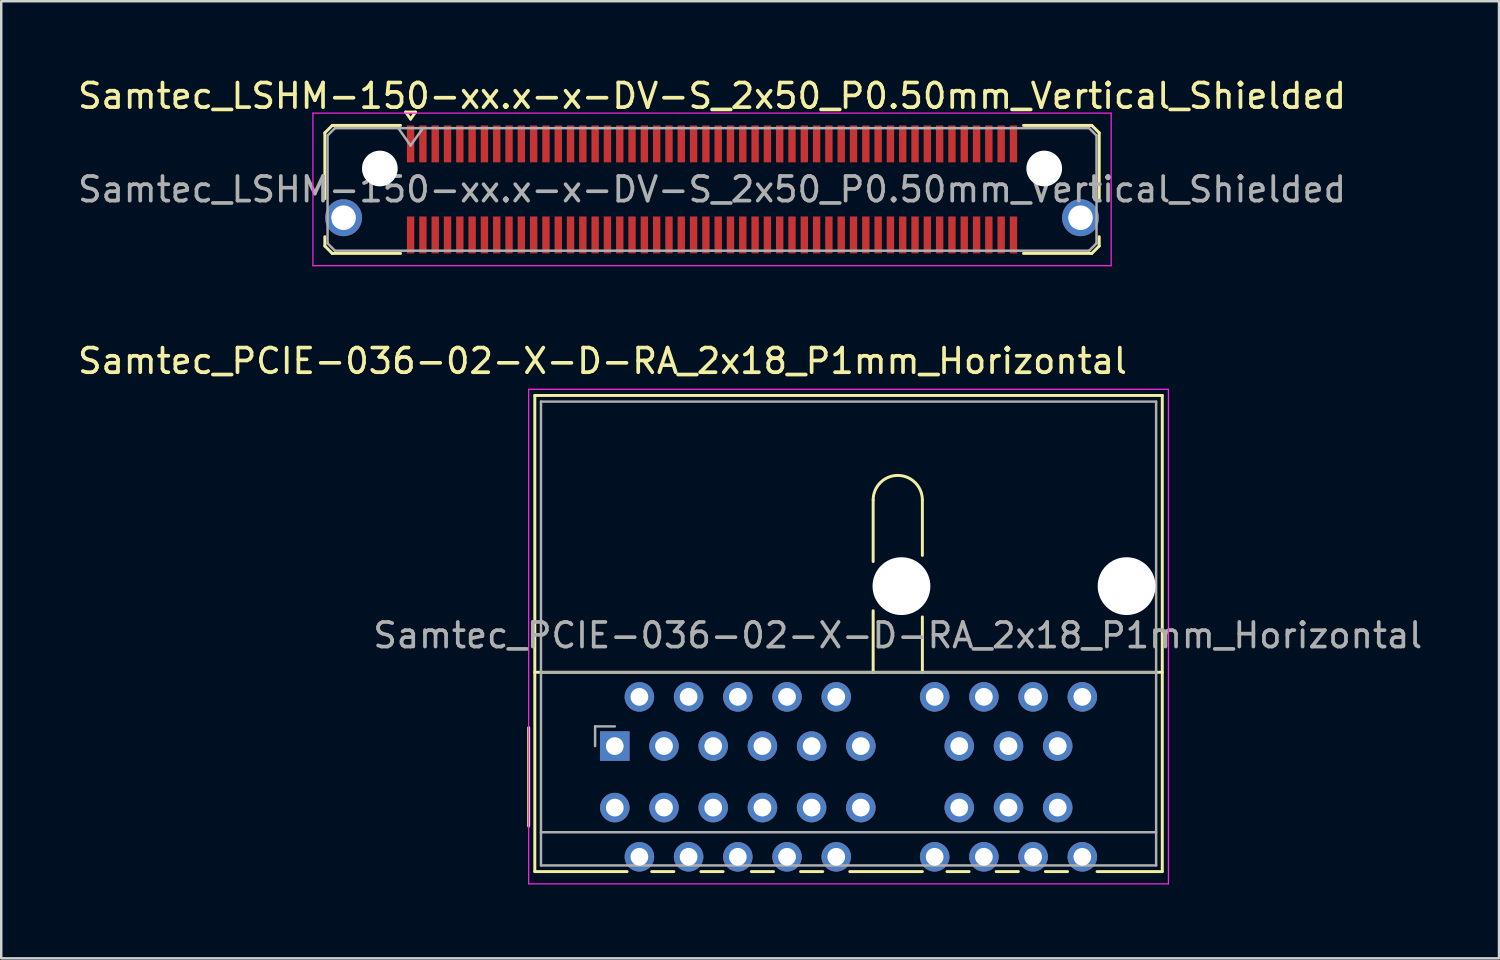
<source format=kicad_pcb>
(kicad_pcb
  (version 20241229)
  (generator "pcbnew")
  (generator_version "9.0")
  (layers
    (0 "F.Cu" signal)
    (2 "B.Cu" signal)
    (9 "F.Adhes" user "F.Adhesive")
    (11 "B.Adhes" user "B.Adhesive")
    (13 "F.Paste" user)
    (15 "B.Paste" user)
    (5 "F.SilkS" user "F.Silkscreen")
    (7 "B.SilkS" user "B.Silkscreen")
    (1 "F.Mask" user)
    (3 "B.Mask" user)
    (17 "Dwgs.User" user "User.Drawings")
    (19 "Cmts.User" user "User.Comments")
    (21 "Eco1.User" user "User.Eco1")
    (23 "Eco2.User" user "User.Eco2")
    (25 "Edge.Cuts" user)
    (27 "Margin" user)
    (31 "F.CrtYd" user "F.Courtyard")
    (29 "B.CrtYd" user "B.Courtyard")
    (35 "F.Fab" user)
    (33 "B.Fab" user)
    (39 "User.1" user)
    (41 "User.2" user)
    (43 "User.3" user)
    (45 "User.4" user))
  (footprint "Samtec_LSHM-150-xx.x-x-DV-S_2x50_P0.50mm_Vertical_Shielded"
    (layer "F.Cu")
    (at 25.887 4.648)
    (property "Reference" "Samtec_LSHM-150-xx.x-x-DV-S_2x50_P0.50mm_Vertical_Shielded" (at 0 -3.8 0) (layer "F.SilkS") (effects (font (size 1 1) (thickness 0.15))))
    (attr smd)
    (fp_line (start -15.735 -2.3) (end -15.735 0.377) (stroke (width 0.12) (type solid)) (layer "F.SilkS"))
    (fp_line (start -15.735 1.923) (end -15.735 2.3) (stroke (width 0.12) (type solid)) (layer "F.SilkS"))
    (fp_line (start -15.735 2.3) (end -15.435 2.6) (stroke (width 0.12) (type solid)) (layer "F.SilkS"))
    (fp_line (start -15.435 -2.6) (end -15.735 -2.3) (stroke (width 0.12) (type solid)) (layer "F.SilkS"))
    (fp_line (start -15.435 2.6) (end -12.66 2.6) (stroke (width 0.12) (type solid)) (layer "F.SilkS"))
    (fp_line (start -12.66 -2.6) (end -15.435 -2.6) (stroke (width 0.12) (type solid)) (layer "F.SilkS"))
    (fp_line (start -12.45 -3.143) (end -12.05 -3.143) (stroke (width 0.12) (type solid)) (layer "F.SilkS"))
    (fp_line (start -12.25 -2.86) (end -12.45 -3.143) (stroke (width 0.12) (type solid)) (layer "F.SilkS"))
    (fp_line (start -12.05 -3.143) (end -12.25 -2.86) (stroke (width 0.12) (type solid)) (layer "F.SilkS"))
    (fp_line (start 12.66 -2.6) (end 15.435 -2.6) (stroke (width 0.12) (type solid)) (layer "F.SilkS"))
    (fp_line (start 15.435 -2.6) (end 15.735 -2.3) (stroke (width 0.12) (type solid)) (layer "F.SilkS"))
    (fp_line (start 15.435 2.6) (end 12.66 2.6) (stroke (width 0.12) (type solid)) (layer "F.SilkS"))
    (fp_line (start 15.735 -2.3) (end 15.735 0.377) (stroke (width 0.12) (type solid)) (layer "F.SilkS"))
    (fp_line (start 15.735 1.923) (end 15.735 2.3) (stroke (width 0.12) (type solid)) (layer "F.SilkS"))
    (fp_line (start 15.735 2.3) (end 15.435 2.6) (stroke (width 0.12) (type solid)) (layer "F.SilkS"))
    (fp_line (start -16.22 -3.1) (end -16.22 3.1) (stroke (width 0.05) (type solid)) (layer "F.CrtYd"))
    (fp_line (start -16.22 3.1) (end 16.22 3.1) (stroke (width 0.05) (type solid)) (layer "F.CrtYd"))
    (fp_line (start 16.22 -3.1) (end -16.22 -3.1) (stroke (width 0.05) (type solid)) (layer "F.CrtYd"))
    (fp_line (start 16.22 3.1) (end 16.22 -3.1) (stroke (width 0.05) (type solid)) (layer "F.CrtYd"))
    (fp_line (start -15.625 -2.19) (end -15.625 2.19) (stroke (width 0.1) (type solid)) (layer "F.Fab"))
    (fp_line (start -15.625 2.19) (end -15.325 2.49) (stroke (width 0.1) (type solid)) (layer "F.Fab"))
    (fp_line (start -15.325 -2.49) (end -15.625 -2.19) (stroke (width 0.1) (type solid)) (layer "F.Fab"))
    (fp_line (start -15.325 2.49) (end 0 2.49) (stroke (width 0.1) (type solid)) (layer "F.Fab"))
    (fp_line (start -12.75 -2.49) (end -12.25 -1.783) (stroke (width 0.1) (type solid)) (layer "F.Fab"))
    (fp_line (start -12.25 -1.783) (end -11.75 -2.49) (stroke (width 0.1) (type solid)) (layer "F.Fab"))
    (fp_line (start 0 -2.49) (end -15.325 -2.49) (stroke (width 0.1) (type solid)) (layer "F.Fab"))
    (fp_line (start 0 -2.49) (end 15.325 -2.49) (stroke (width 0.1) (type solid)) (layer "F.Fab"))
    (fp_line (start 15.325 -2.49) (end 15.625 -2.19) (stroke (width 0.1) (type solid)) (layer "F.Fab"))
    (fp_line (start 15.325 2.49) (end 0 2.49) (stroke (width 0.1) (type solid)) (layer "F.Fab"))
    (fp_line (start 15.625 -2.19) (end 15.625 2.19) (stroke (width 0.1) (type solid)) (layer "F.Fab"))
    (fp_line (start 15.625 2.19) (end 15.325 2.49) (stroke (width 0.1) (type solid)) (layer "F.Fab"))
    (fp_text user "${REFERENCE}" (at 0 0 0) (layer "F.Fab") (effects (font (size 1 1) (thickness 0.15))))
    (pad "" np_thru_hole circle (at -13.5 -0.85) (size 1.45 1.45) (drill 1.45) (layers "*.Cu" "*.Mask"))
    (pad "" np_thru_hole circle (at 13.5 -0.85) (size 1.45 1.45) (drill 1.45) (layers "*.Cu" "*.Mask"))
    (pad "0" thru_hole circle (at -14.975 1.15) (size 1.5 1.5) (drill 1) (layers "*.Cu" "*.Mask"))
    (pad "0" thru_hole circle (at 14.975 1.15) (size 1.5 1.5) (drill 1) (layers "*.Cu" "*.Mask"))
    (pad "1" smd rect (at -12.25 -1.85) (size 0.3 1.5) (layers "F.Cu" "F.Mask" "F.Paste"))
    (pad "2" smd rect (at -12.25 1.85) (size 0.3 1.5) (layers "F.Cu" "F.Mask" "F.Paste"))
    (pad "3" smd rect (at -11.75 -1.85) (size 0.3 1.5) (layers "F.Cu" "F.Mask" "F.Paste"))
    (pad "4" smd rect (at -11.75 1.85) (size 0.3 1.5) (layers "F.Cu" "F.Mask" "F.Paste"))
    (pad "5" smd rect (at -11.25 -1.85) (size 0.3 1.5) (layers "F.Cu" "F.Mask" "F.Paste"))
    (pad "6" smd rect (at -11.25 1.85) (size 0.3 1.5) (layers "F.Cu" "F.Mask" "F.Paste"))
    (pad "7" smd rect (at -10.75 -1.85) (size 0.3 1.5) (layers "F.Cu" "F.Mask" "F.Paste"))
    (pad "8" smd rect (at -10.75 1.85) (size 0.3 1.5) (layers "F.Cu" "F.Mask" "F.Paste"))
    (pad "9" smd rect (at -10.25 -1.85) (size 0.3 1.5) (layers "F.Cu" "F.Mask" "F.Paste"))
    (pad "10" smd rect (at -10.25 1.85) (size 0.3 1.5) (layers "F.Cu" "F.Mask" "F.Paste"))
    (pad "11" smd rect (at -9.75 -1.85) (size 0.3 1.5) (layers "F.Cu" "F.Mask" "F.Paste"))
    (pad "12" smd rect (at -9.75 1.85) (size 0.3 1.5) (layers "F.Cu" "F.Mask" "F.Paste"))
    (pad "13" smd rect (at -9.25 -1.85) (size 0.3 1.5) (layers "F.Cu" "F.Mask" "F.Paste"))
    (pad "14" smd rect (at -9.25 1.85) (size 0.3 1.5) (layers "F.Cu" "F.Mask" "F.Paste"))
    (pad "15" smd rect (at -8.75 -1.85) (size 0.3 1.5) (layers "F.Cu" "F.Mask" "F.Paste"))
    (pad "16" smd rect (at -8.75 1.85) (size 0.3 1.5) (layers "F.Cu" "F.Mask" "F.Paste"))
    (pad "17" smd rect (at -8.25 -1.85) (size 0.3 1.5) (layers "F.Cu" "F.Mask" "F.Paste"))
    (pad "18" smd rect (at -8.25 1.85) (size 0.3 1.5) (layers "F.Cu" "F.Mask" "F.Paste"))
    (pad "19" smd rect (at -7.75 -1.85) (size 0.3 1.5) (layers "F.Cu" "F.Mask" "F.Paste"))
    (pad "20" smd rect (at -7.75 1.85) (size 0.3 1.5) (layers "F.Cu" "F.Mask" "F.Paste"))
    (pad "21" smd rect (at -7.25 -1.85) (size 0.3 1.5) (layers "F.Cu" "F.Mask" "F.Paste"))
    (pad "22" smd rect (at -7.25 1.85) (size 0.3 1.5) (layers "F.Cu" "F.Mask" "F.Paste"))
    (pad "23" smd rect (at -6.75 -1.85) (size 0.3 1.5) (layers "F.Cu" "F.Mask" "F.Paste"))
    (pad "24" smd rect (at -6.75 1.85) (size 0.3 1.5) (layers "F.Cu" "F.Mask" "F.Paste"))
    (pad "25" smd rect (at -6.25 -1.85) (size 0.3 1.5) (layers "F.Cu" "F.Mask" "F.Paste"))
    (pad "26" smd rect (at -6.25 1.85) (size 0.3 1.5) (layers "F.Cu" "F.Mask" "F.Paste"))
    (pad "27" smd rect (at -5.75 -1.85) (size 0.3 1.5) (layers "F.Cu" "F.Mask" "F.Paste"))
    (pad "28" smd rect (at -5.75 1.85) (size 0.3 1.5) (layers "F.Cu" "F.Mask" "F.Paste"))
    (pad "29" smd rect (at -5.25 -1.85) (size 0.3 1.5) (layers "F.Cu" "F.Mask" "F.Paste"))
    (pad "30" smd rect (at -5.25 1.85) (size 0.3 1.5) (layers "F.Cu" "F.Mask" "F.Paste"))
    (pad "31" smd rect (at -4.75 -1.85) (size 0.3 1.5) (layers "F.Cu" "F.Mask" "F.Paste"))
    (pad "32" smd rect (at -4.75 1.85) (size 0.3 1.5) (layers "F.Cu" "F.Mask" "F.Paste"))
    (pad "33" smd rect (at -4.25 -1.85) (size 0.3 1.5) (layers "F.Cu" "F.Mask" "F.Paste"))
    (pad "34" smd rect (at -4.25 1.85) (size 0.3 1.5) (layers "F.Cu" "F.Mask" "F.Paste"))
    (pad "35" smd rect (at -3.75 -1.85) (size 0.3 1.5) (layers "F.Cu" "F.Mask" "F.Paste"))
    (pad "36" smd rect (at -3.75 1.85) (size 0.3 1.5) (layers "F.Cu" "F.Mask" "F.Paste"))
    (pad "37" smd rect (at -3.25 -1.85) (size 0.3 1.5) (layers "F.Cu" "F.Mask" "F.Paste"))
    (pad "38" smd rect (at -3.25 1.85) (size 0.3 1.5) (layers "F.Cu" "F.Mask" "F.Paste"))
    (pad "39" smd rect (at -2.75 -1.85) (size 0.3 1.5) (layers "F.Cu" "F.Mask" "F.Paste"))
    (pad "40" smd rect (at -2.75 1.85) (size 0.3 1.5) (layers "F.Cu" "F.Mask" "F.Paste"))
    (pad "41" smd rect (at -2.25 -1.85) (size 0.3 1.5) (layers "F.Cu" "F.Mask" "F.Paste"))
    (pad "42" smd rect (at -2.25 1.85) (size 0.3 1.5) (layers "F.Cu" "F.Mask" "F.Paste"))
    (pad "43" smd rect (at -1.75 -1.85) (size 0.3 1.5) (layers "F.Cu" "F.Mask" "F.Paste"))
    (pad "44" smd rect (at -1.75 1.85) (size 0.3 1.5) (layers "F.Cu" "F.Mask" "F.Paste"))
    (pad "45" smd rect (at -1.25 -1.85) (size 0.3 1.5) (layers "F.Cu" "F.Mask" "F.Paste"))
    (pad "46" smd rect (at -1.25 1.85) (size 0.3 1.5) (layers "F.Cu" "F.Mask" "F.Paste"))
    (pad "47" smd rect (at -0.75 -1.85) (size 0.3 1.5) (layers "F.Cu" "F.Mask" "F.Paste"))
    (pad "48" smd rect (at -0.75 1.85) (size 0.3 1.5) (layers "F.Cu" "F.Mask" "F.Paste"))
    (pad "49" smd rect (at -0.25 -1.85) (size 0.3 1.5) (layers "F.Cu" "F.Mask" "F.Paste"))
    (pad "50" smd rect (at -0.25 1.85) (size 0.3 1.5) (layers "F.Cu" "F.Mask" "F.Paste"))
    (pad "51" smd rect (at 0.25 -1.85) (size 0.3 1.5) (layers "F.Cu" "F.Mask" "F.Paste"))
    (pad "52" smd rect (at 0.25 1.85) (size 0.3 1.5) (layers "F.Cu" "F.Mask" "F.Paste"))
    (pad "53" smd rect (at 0.75 -1.85) (size 0.3 1.5) (layers "F.Cu" "F.Mask" "F.Paste"))
    (pad "54" smd rect (at 0.75 1.85) (size 0.3 1.5) (layers "F.Cu" "F.Mask" "F.Paste"))
    (pad "55" smd rect (at 1.25 -1.85) (size 0.3 1.5) (layers "F.Cu" "F.Mask" "F.Paste"))
    (pad "56" smd rect (at 1.25 1.85) (size 0.3 1.5) (layers "F.Cu" "F.Mask" "F.Paste"))
    (pad "57" smd rect (at 1.75 -1.85) (size 0.3 1.5) (layers "F.Cu" "F.Mask" "F.Paste"))
    (pad "58" smd rect (at 1.75 1.85) (size 0.3 1.5) (layers "F.Cu" "F.Mask" "F.Paste"))
    (pad "59" smd rect (at 2.25 -1.85) (size 0.3 1.5) (layers "F.Cu" "F.Mask" "F.Paste"))
    (pad "60" smd rect (at 2.25 1.85) (size 0.3 1.5) (layers "F.Cu" "F.Mask" "F.Paste"))
    (pad "61" smd rect (at 2.75 -1.85) (size 0.3 1.5) (layers "F.Cu" "F.Mask" "F.Paste"))
    (pad "62" smd rect (at 2.75 1.85) (size 0.3 1.5) (layers "F.Cu" "F.Mask" "F.Paste"))
    (pad "63" smd rect (at 3.25 -1.85) (size 0.3 1.5) (layers "F.Cu" "F.Mask" "F.Paste"))
    (pad "64" smd rect (at 3.25 1.85) (size 0.3 1.5) (layers "F.Cu" "F.Mask" "F.Paste"))
    (pad "65" smd rect (at 3.75 -1.85) (size 0.3 1.5) (layers "F.Cu" "F.Mask" "F.Paste"))
    (pad "66" smd rect (at 3.75 1.85) (size 0.3 1.5) (layers "F.Cu" "F.Mask" "F.Paste"))
    (pad "67" smd rect (at 4.25 -1.85) (size 0.3 1.5) (layers "F.Cu" "F.Mask" "F.Paste"))
    (pad "68" smd rect (at 4.25 1.85) (size 0.3 1.5) (layers "F.Cu" "F.Mask" "F.Paste"))
    (pad "69" smd rect (at 4.75 -1.85) (size 0.3 1.5) (layers "F.Cu" "F.Mask" "F.Paste"))
    (pad "70" smd rect (at 4.75 1.85) (size 0.3 1.5) (layers "F.Cu" "F.Mask" "F.Paste"))
    (pad "71" smd rect (at 5.25 -1.85) (size 0.3 1.5) (layers "F.Cu" "F.Mask" "F.Paste"))
    (pad "72" smd rect (at 5.25 1.85) (size 0.3 1.5) (layers "F.Cu" "F.Mask" "F.Paste"))
    (pad "73" smd rect (at 5.75 -1.85) (size 0.3 1.5) (layers "F.Cu" "F.Mask" "F.Paste"))
    (pad "74" smd rect (at 5.75 1.85) (size 0.3 1.5) (layers "F.Cu" "F.Mask" "F.Paste"))
    (pad "75" smd rect (at 6.25 -1.85) (size 0.3 1.5) (layers "F.Cu" "F.Mask" "F.Paste"))
    (pad "76" smd rect (at 6.25 1.85) (size 0.3 1.5) (layers "F.Cu" "F.Mask" "F.Paste"))
    (pad "77" smd rect (at 6.75 -1.85) (size 0.3 1.5) (layers "F.Cu" "F.Mask" "F.Paste"))
    (pad "78" smd rect (at 6.75 1.85) (size 0.3 1.5) (layers "F.Cu" "F.Mask" "F.Paste"))
    (pad "79" smd rect (at 7.25 -1.85) (size 0.3 1.5) (layers "F.Cu" "F.Mask" "F.Paste"))
    (pad "80" smd rect (at 7.25 1.85) (size 0.3 1.5) (layers "F.Cu" "F.Mask" "F.Paste"))
    (pad "81" smd rect (at 7.75 -1.85) (size 0.3 1.5) (layers "F.Cu" "F.Mask" "F.Paste"))
    (pad "82" smd rect (at 7.75 1.85) (size 0.3 1.5) (layers "F.Cu" "F.Mask" "F.Paste"))
    (pad "83" smd rect (at 8.25 -1.85) (size 0.3 1.5) (layers "F.Cu" "F.Mask" "F.Paste"))
    (pad "84" smd rect (at 8.25 1.85) (size 0.3 1.5) (layers "F.Cu" "F.Mask" "F.Paste"))
    (pad "85" smd rect (at 8.75 -1.85) (size 0.3 1.5) (layers "F.Cu" "F.Mask" "F.Paste"))
    (pad "86" smd rect (at 8.75 1.85) (size 0.3 1.5) (layers "F.Cu" "F.Mask" "F.Paste"))
    (pad "87" smd rect (at 9.25 -1.85) (size 0.3 1.5) (layers "F.Cu" "F.Mask" "F.Paste"))
    (pad "88" smd rect (at 9.25 1.85) (size 0.3 1.5) (layers "F.Cu" "F.Mask" "F.Paste"))
    (pad "89" smd rect (at 9.75 -1.85) (size 0.3 1.5) (layers "F.Cu" "F.Mask" "F.Paste"))
    (pad "90" smd rect (at 9.75 1.85) (size 0.3 1.5) (layers "F.Cu" "F.Mask" "F.Paste"))
    (pad "91" smd rect (at 10.25 -1.85) (size 0.3 1.5) (layers "F.Cu" "F.Mask" "F.Paste"))
    (pad "92" smd rect (at 10.25 1.85) (size 0.3 1.5) (layers "F.Cu" "F.Mask" "F.Paste"))
    (pad "93" smd rect (at 10.75 -1.85) (size 0.3 1.5) (layers "F.Cu" "F.Mask" "F.Paste"))
    (pad "94" smd rect (at 10.75 1.85) (size 0.3 1.5) (layers "F.Cu" "F.Mask" "F.Paste"))
    (pad "95" smd rect (at 11.25 -1.85) (size 0.3 1.5) (layers "F.Cu" "F.Mask" "F.Paste"))
    (pad "96" smd rect (at 11.25 1.85) (size 0.3 1.5) (layers "F.Cu" "F.Mask" "F.Paste"))
    (pad "97" smd rect (at 11.75 -1.85) (size 0.3 1.5) (layers "F.Cu" "F.Mask" "F.Paste"))
    (pad "98" smd rect (at 11.75 1.85) (size 0.3 1.5) (layers "F.Cu" "F.Mask" "F.Paste"))
    (pad "99" smd rect (at 12.25 -1.85) (size 0.3 1.5) (layers "F.Cu" "F.Mask" "F.Paste"))
    (pad "100" smd rect (at 12.25 1.85) (size 0.3 1.5) (layers "F.Cu" "F.Mask" "F.Paste")))
  (footprint "Samtec_PCIE-036-02-X-D-RA_2x18_P1mm_Horizontal"
    (layer "F.Cu")
    (at 21.935 27.271)
    (property "Reference" "Samtec_PCIE-036-02-X-D-RA_2x18_P1mm_Horizontal" (at -0.5 -15.65 0) (layer "F.SilkS") (effects (font (size 1 1) (thickness 0.15))))
    (attr through_hole)
    (fp_line (start -3.5 -0.75) (end -3.5 3.25) (stroke (width 0.12) (type solid)) (layer "F.SilkS"))
    (fp_line (start -3.25 -14.25) (end -3.25 5.1) (stroke (width 0.12) (type solid)) (layer "F.SilkS"))
    (fp_line (start -3.25 5.1) (end 0.5 5.1) (stroke (width 0.12) (type solid)) (layer "F.SilkS"))
    (fp_line (start 1.5 5.1) (end 2.4 5.1) (stroke (width 0.12) (type solid)) (layer "F.SilkS"))
    (fp_line (start 3.5 5.1) (end 4.4 5.1) (stroke (width 0.12) (type solid)) (layer "F.SilkS"))
    (fp_line (start 5.55 5.1) (end 6.45 5.1) (stroke (width 0.12) (type solid)) (layer "F.SilkS"))
    (fp_line (start 7.55 5.1) (end 8.45 5.1) (stroke (width 0.12) (type solid)) (layer "F.SilkS"))
    (fp_line (start 9.55 5.1) (end 12.5 5.1) (stroke (width 0.12) (type solid)) (layer "F.SilkS"))
    (fp_line (start 10.5 -10) (end 10.5 -7.5) (stroke (width 0.12) (type solid)) (layer "F.SilkS"))
    (fp_line (start 10.5 -3) (end 10.5 -5.5) (stroke (width 0.12) (type solid)) (layer "F.SilkS"))
    (fp_line (start 12.5 -10) (end 12.5 -7.75) (stroke (width 0.12) (type solid)) (layer "F.SilkS"))
    (fp_line (start 12.5 -5.25) (end 12.5 -3) (stroke (width 0.12) (type solid)) (layer "F.SilkS"))
    (fp_line (start 13.5 5.1) (end 14.4 5.1) (stroke (width 0.12) (type solid)) (layer "F.SilkS"))
    (fp_line (start 15.5 5.1) (end 16.4 5.1) (stroke (width 0.12) (type solid)) (layer "F.SilkS"))
    (fp_line (start 17.5 5.1) (end 18.4 5.1) (stroke (width 0.12) (type solid)) (layer "F.SilkS"))
    (fp_line (start 22.25 -14.25) (end -3.25 -14.25) (stroke (width 0.12) (type solid)) (layer "F.SilkS"))
    (fp_line (start 22.25 -3) (end -3.25 -3) (stroke (width 0.12) (type solid)) (layer "F.SilkS"))
    (fp_line (start 22.25 5.1) (end 19.6 5.1) (stroke (width 0.12) (type solid)) (layer "F.SilkS"))
    (fp_line (start 22.25 5.1) (end 22.25 -14.25) (stroke (width 0.12) (type solid)) (layer "F.SilkS"))
    (fp_arc (start 10.5 -10) (mid 11.5 -11) (end 12.5 -10) (stroke (width 0.12) (type solid)) (layer "F.SilkS"))
    (fp_line (start -3.5 -14.5) (end 22.5 -14.5) (stroke (width 0.05) (type solid)) (layer "F.CrtYd"))
    (fp_line (start -3.5 5.6) (end -3.5 -14.5) (stroke (width 0.05) (type solid)) (layer "F.CrtYd"))
    (fp_line (start 22.5 5.6) (end -3.5 5.6) (stroke (width 0.05) (type solid)) (layer "F.CrtYd"))
    (fp_line (start 22.5 5.6) (end 22.5 -14.5) (stroke (width 0.05) (type solid)) (layer "F.CrtYd"))
    (fp_line (start -3 -14) (end -3 4.85) (stroke (width 0.1) (type solid)) (layer "F.Fab"))
    (fp_line (start -3 -3) (end 22 -3) (stroke (width 0.1) (type solid)) (layer "F.Fab"))
    (fp_line (start -3 3.5) (end 22 3.5) (stroke (width 0.1) (type solid)) (layer "F.Fab"))
    (fp_line (start -3 4.85) (end 22 4.85) (stroke (width 0.1) (type solid)) (layer "F.Fab"))
    (fp_line (start -0.8 -0.8) (end -0.8 0) (stroke (width 0.1) (type solid)) (layer "F.Fab"))
    (fp_line (start 0 -0.8) (end -0.8 -0.8) (stroke (width 0.1) (type solid)) (layer "F.Fab"))
    (fp_line (start 22 -14) (end -3 -14) (stroke (width 0.1) (type solid)) (layer "F.Fab"))
    (fp_line (start 22 4.85) (end 22 -14) (stroke (width 0.1) (type solid)) (layer "F.Fab"))
    (fp_text user "${REFERENCE}" (at 11.5 -4.5 0) (layer "F.Fab") (effects (font (size 1 1) (thickness 0.15))))
    (pad "" np_thru_hole circle (at 11.65 -6.5 180) (size 2.35 2.35) (drill 2.35) (layers "*.Cu" "*.Mask"))
    (pad "" np_thru_hole circle (at 20.8 -6.5 180) (size 2.35 2.35) (drill 2.35) (layers "*.Cu" "*.Mask"))
    (pad "a1" thru_hole rect (at 0 0) (size 1.2 1.2) (drill 0.72) (layers "*.Cu" "*.Mask"))
    (pad "a2" thru_hole circle (at 1 -2) (size 1.2 1.2) (drill 0.72) (layers "*.Cu" "*.Mask"))
    (pad "a3" thru_hole circle (at 2 0) (size 1.2 1.2) (drill 0.72) (layers "*.Cu" "*.Mask"))
    (pad "a4" thru_hole circle (at 3 -2) (size 1.2 1.2) (drill 0.72) (layers "*.Cu" "*.Mask"))
    (pad "a5" thru_hole circle (at 4 0) (size 1.2 1.2) (drill 0.72) (layers "*.Cu" "*.Mask"))
    (pad "a6" thru_hole circle (at 5 -2) (size 1.2 1.2) (drill 0.72) (layers "*.Cu" "*.Mask"))
    (pad "a7" thru_hole circle (at 6 0) (size 1.2 1.2) (drill 0.72) (layers "*.Cu" "*.Mask"))
    (pad "a8" thru_hole circle (at 7 -2) (size 1.2 1.2) (drill 0.72) (layers "*.Cu" "*.Mask"))
    (pad "a9" thru_hole circle (at 8 0) (size 1.2 1.2) (drill 0.72) (layers "*.Cu" "*.Mask"))
    (pad "a10" thru_hole circle (at 9 -2) (size 1.2 1.2) (drill 0.72) (layers "*.Cu" "*.Mask"))
    (pad "a11" thru_hole circle (at 10 0) (size 1.2 1.2) (drill 0.72) (layers "*.Cu" "*.Mask"))
    (pad "a12" thru_hole circle (at 13 -2) (size 1.2 1.2) (drill 0.72) (layers "*.Cu" "*.Mask"))
    (pad "a13" thru_hole circle (at 14 0) (size 1.2 1.2) (drill 0.72) (layers "*.Cu" "*.Mask"))
    (pad "a14" thru_hole circle (at 15 -2) (size 1.2 1.2) (drill 0.72) (layers "*.Cu" "*.Mask"))
    (pad "a15" thru_hole circle (at 16 0) (size 1.2 1.2) (drill 0.72) (layers "*.Cu" "*.Mask"))
    (pad "a16" thru_hole circle (at 17 -2) (size 1.2 1.2) (drill 0.72) (layers "*.Cu" "*.Mask"))
    (pad "a17" thru_hole circle (at 18 0) (size 1.2 1.2) (drill 0.72) (layers "*.Cu" "*.Mask"))
    (pad "a18" thru_hole circle (at 19 -2) (size 1.2 1.2) (drill 0.72) (layers "*.Cu" "*.Mask"))
    (pad "b1" thru_hole circle (at 0 2.5) (size 1.2 1.2) (drill 0.72) (layers "*.Cu" "*.Mask"))
    (pad "b2" thru_hole circle (at 1 4.5) (size 1.2 1.2) (drill 0.72) (layers "*.Cu" "*.Mask"))
    (pad "b3" thru_hole circle (at 2 2.5) (size 1.2 1.2) (drill 0.72) (layers "*.Cu" "*.Mask"))
    (pad "b4" thru_hole circle (at 3 4.5) (size 1.2 1.2) (drill 0.72) (layers "*.Cu" "*.Mask"))
    (pad "b5" thru_hole circle (at 4 2.5) (size 1.2 1.2) (drill 0.72) (layers "*.Cu" "*.Mask"))
    (pad "b6" thru_hole circle (at 5 4.5) (size 1.2 1.2) (drill 0.72) (layers "*.Cu" "*.Mask"))
    (pad "b7" thru_hole circle (at 6 2.5) (size 1.2 1.2) (drill 0.72) (layers "*.Cu" "*.Mask"))
    (pad "b8" thru_hole circle (at 7 4.5) (size 1.2 1.2) (drill 0.72) (layers "*.Cu" "*.Mask"))
    (pad "b9" thru_hole circle (at 8 2.5) (size 1.2 1.2) (drill 0.72) (layers "*.Cu" "*.Mask"))
    (pad "b10" thru_hole circle (at 9 4.5) (size 1.2 1.2) (drill 0.72) (layers "*.Cu" "*.Mask"))
    (pad "b11" thru_hole circle (at 10 2.5) (size 1.2 1.2) (drill 0.72) (layers "*.Cu" "*.Mask"))
    (pad "b12" thru_hole circle (at 13 4.5) (size 1.2 1.2) (drill 0.72) (layers "*.Cu" "*.Mask"))
    (pad "b13" thru_hole circle (at 14 2.5) (size 1.2 1.2) (drill 0.72) (layers "*.Cu" "*.Mask"))
    (pad "b14" thru_hole circle (at 15 4.5) (size 1.2 1.2) (drill 0.72) (layers "*.Cu" "*.Mask"))
    (pad "b15" thru_hole circle (at 16 2.5) (size 1.2 1.2) (drill 0.72) (layers "*.Cu" "*.Mask"))
    (pad "b16" thru_hole circle (at 17 4.5) (size 1.2 1.2) (drill 0.72) (layers "*.Cu" "*.Mask"))
    (pad "b17" thru_hole circle (at 18 2.5) (size 1.2 1.2) (drill 0.72) (layers "*.Cu" "*.Mask"))
    (pad "b18" thru_hole circle (at 19 4.5) (size 1.2 1.2) (drill 0.72) (layers "*.Cu" "*.Mask")))
  (gr_rect
    (start -3 -3)
    (end 57.869 35.897)
    (stroke (width 0.1) (type default))
    (fill no)
    (layer "Edge.Cuts")))
</source>
